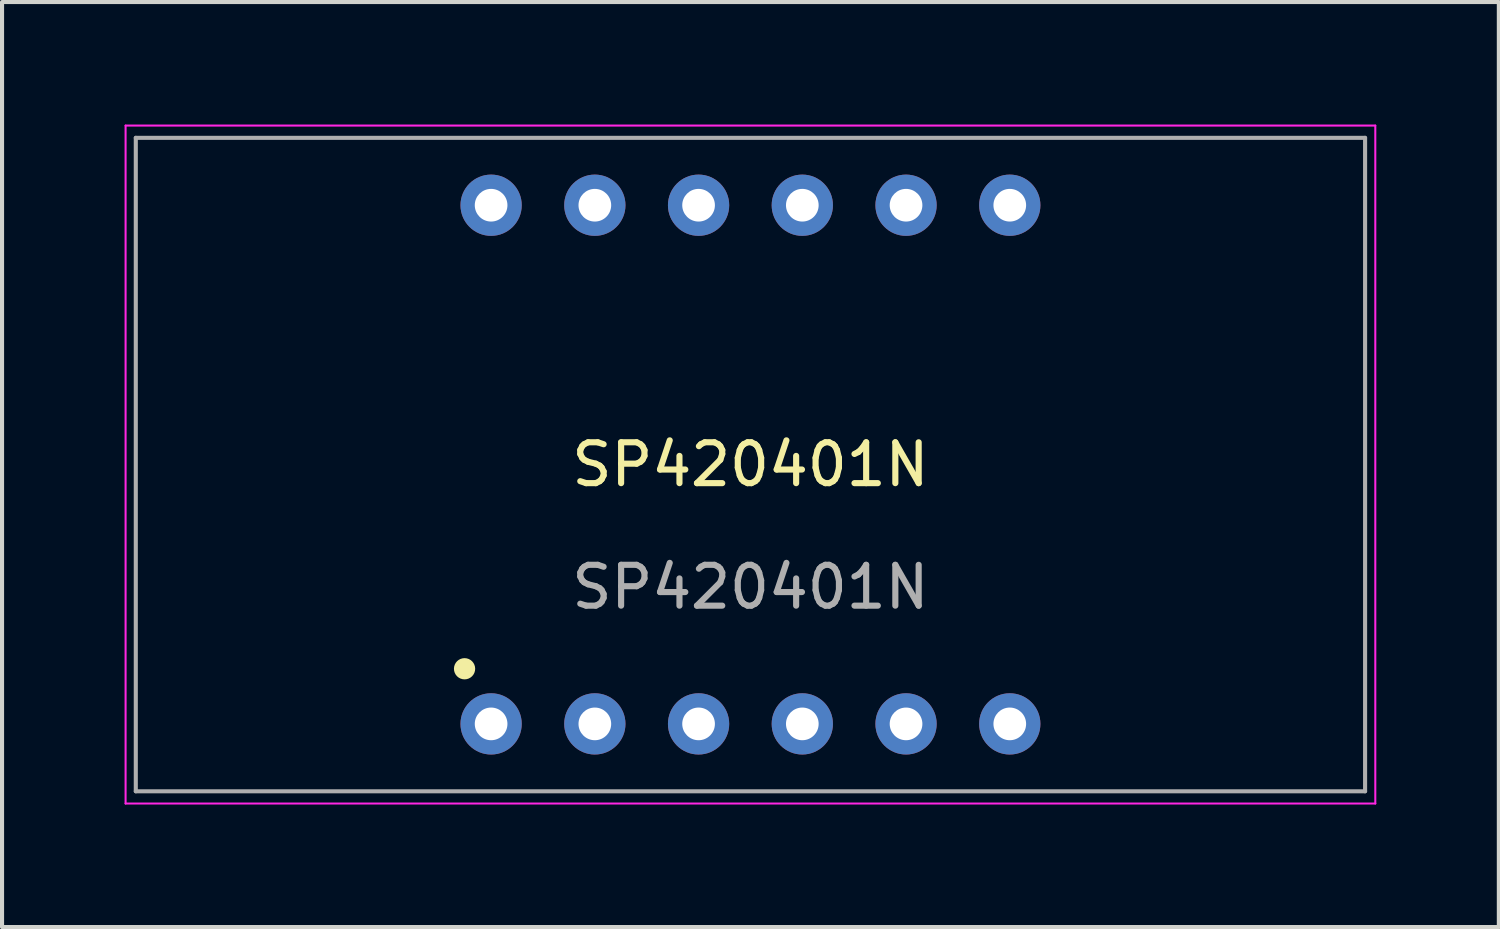
<source format=kicad_pcb>
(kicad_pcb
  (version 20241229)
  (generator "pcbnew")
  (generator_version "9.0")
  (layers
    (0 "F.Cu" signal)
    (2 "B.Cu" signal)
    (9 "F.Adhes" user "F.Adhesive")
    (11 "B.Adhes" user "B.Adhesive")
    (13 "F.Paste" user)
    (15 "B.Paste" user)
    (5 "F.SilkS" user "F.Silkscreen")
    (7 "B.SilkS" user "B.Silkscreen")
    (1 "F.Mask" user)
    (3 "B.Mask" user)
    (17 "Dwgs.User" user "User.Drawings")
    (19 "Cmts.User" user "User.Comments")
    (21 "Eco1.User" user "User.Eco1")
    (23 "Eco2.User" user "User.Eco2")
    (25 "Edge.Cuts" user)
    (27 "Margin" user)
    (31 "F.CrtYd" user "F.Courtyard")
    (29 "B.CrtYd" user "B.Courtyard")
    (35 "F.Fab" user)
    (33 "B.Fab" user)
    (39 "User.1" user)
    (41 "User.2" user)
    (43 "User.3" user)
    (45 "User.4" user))
  (footprint "SP420401N"
    (layer "F.Cu")
    (at 15.325 8.325)
    (property "Reference" "SP420401N" (at 0 0 0) (unlocked yes) (layer "F.SilkS") (effects (font (size 1 1) (thickness 0.15))))
    (attr through_hole)
    (fp_circle (center -7 5) (end -6.8 5) (stroke (width 0.12) (type solid)) (fill yes) (layer "F.SilkS"))
    (fp_line (start -15.3 -8.3) (end -15.3 8.3) (stroke (width 0.05) (type solid)) (layer "F.CrtYd"))
    (fp_line (start 15.3 -8.3) (end -15.3 -8.3) (stroke (width 0.05) (type solid)) (layer "F.CrtYd"))
    (fp_line (start 15.3 -8.3) (end 15.3 8.3) (stroke (width 0.05) (type solid)) (layer "F.CrtYd"))
    (fp_line (start 15.3 8.3) (end -15.3 8.3) (stroke (width 0.05) (type solid)) (layer "F.CrtYd"))
    (fp_line (start -15.05 -8) (end -15.05 8) (stroke (width 0.1) (type solid)) (layer "F.Fab"))
    (fp_line (start 15.05 -8) (end -15.05 -8) (stroke (width 0.1) (type solid)) (layer "F.Fab"))
    (fp_line (start 15.05 -8) (end 15.05 8) (stroke (width 0.1) (type solid)) (layer "F.Fab"))
    (fp_line (start 15.05 8) (end -15.05 8) (stroke (width 0.1) (type solid)) (layer "F.Fab"))
    (fp_text user "${REFERENCE}" (at 0 3 0) (unlocked yes) (layer "F.Fab") (effects (font (size 1 1) (thickness 0.15))))
    (pad "1" thru_hole circle (at -6.35 6.35) (size 1.5 1.5) (drill 0.8) (layers "*.Cu" "*.Mask"))
    (pad "2" thru_hole circle (at -3.81 6.35) (size 1.5 1.5) (drill 0.8) (layers "*.Cu" "*.Mask"))
    (pad "3" thru_hole circle (at -1.27 6.35) (size 1.5 1.5) (drill 0.8) (layers "*.Cu" "*.Mask"))
    (pad "4" thru_hole circle (at 1.27 6.35) (size 1.5 1.5) (drill 0.8) (layers "*.Cu" "*.Mask"))
    (pad "5" thru_hole circle (at 3.81 6.35) (size 1.5 1.5) (drill 0.8) (layers "*.Cu" "*.Mask"))
    (pad "6" thru_hole circle (at 6.35 6.35) (size 1.5 1.5) (drill 0.8) (layers "*.Cu" "*.Mask"))
    (pad "7" thru_hole circle (at 6.35 -6.35) (size 1.5 1.5) (drill 0.8) (layers "*.Cu" "*.Mask"))
    (pad "8" thru_hole circle (at 3.81 -6.35) (size 1.5 1.5) (drill 0.8) (layers "*.Cu" "*.Mask"))
    (pad "9" thru_hole circle (at 1.27 -6.35) (size 1.5 1.5) (drill 0.8) (layers "*.Cu" "*.Mask"))
    (pad "10" thru_hole circle (at -1.27 -6.35) (size 1.5 1.5) (drill 0.8) (layers "*.Cu" "*.Mask"))
    (pad "11" thru_hole circle (at -3.81 -6.35) (size 1.5 1.5) (drill 0.8) (layers "*.Cu" "*.Mask"))
    (pad "12" thru_hole circle (at -6.35 -6.35) (size 1.5 1.5) (drill 0.8) (layers "*.Cu" "*.Mask")))
  (gr_rect
    (start -3 -3)
    (end 33.65 19.65)
    (stroke (width 0.1) (type default))
    (fill no)
    (layer "Edge.Cuts")))
</source>
